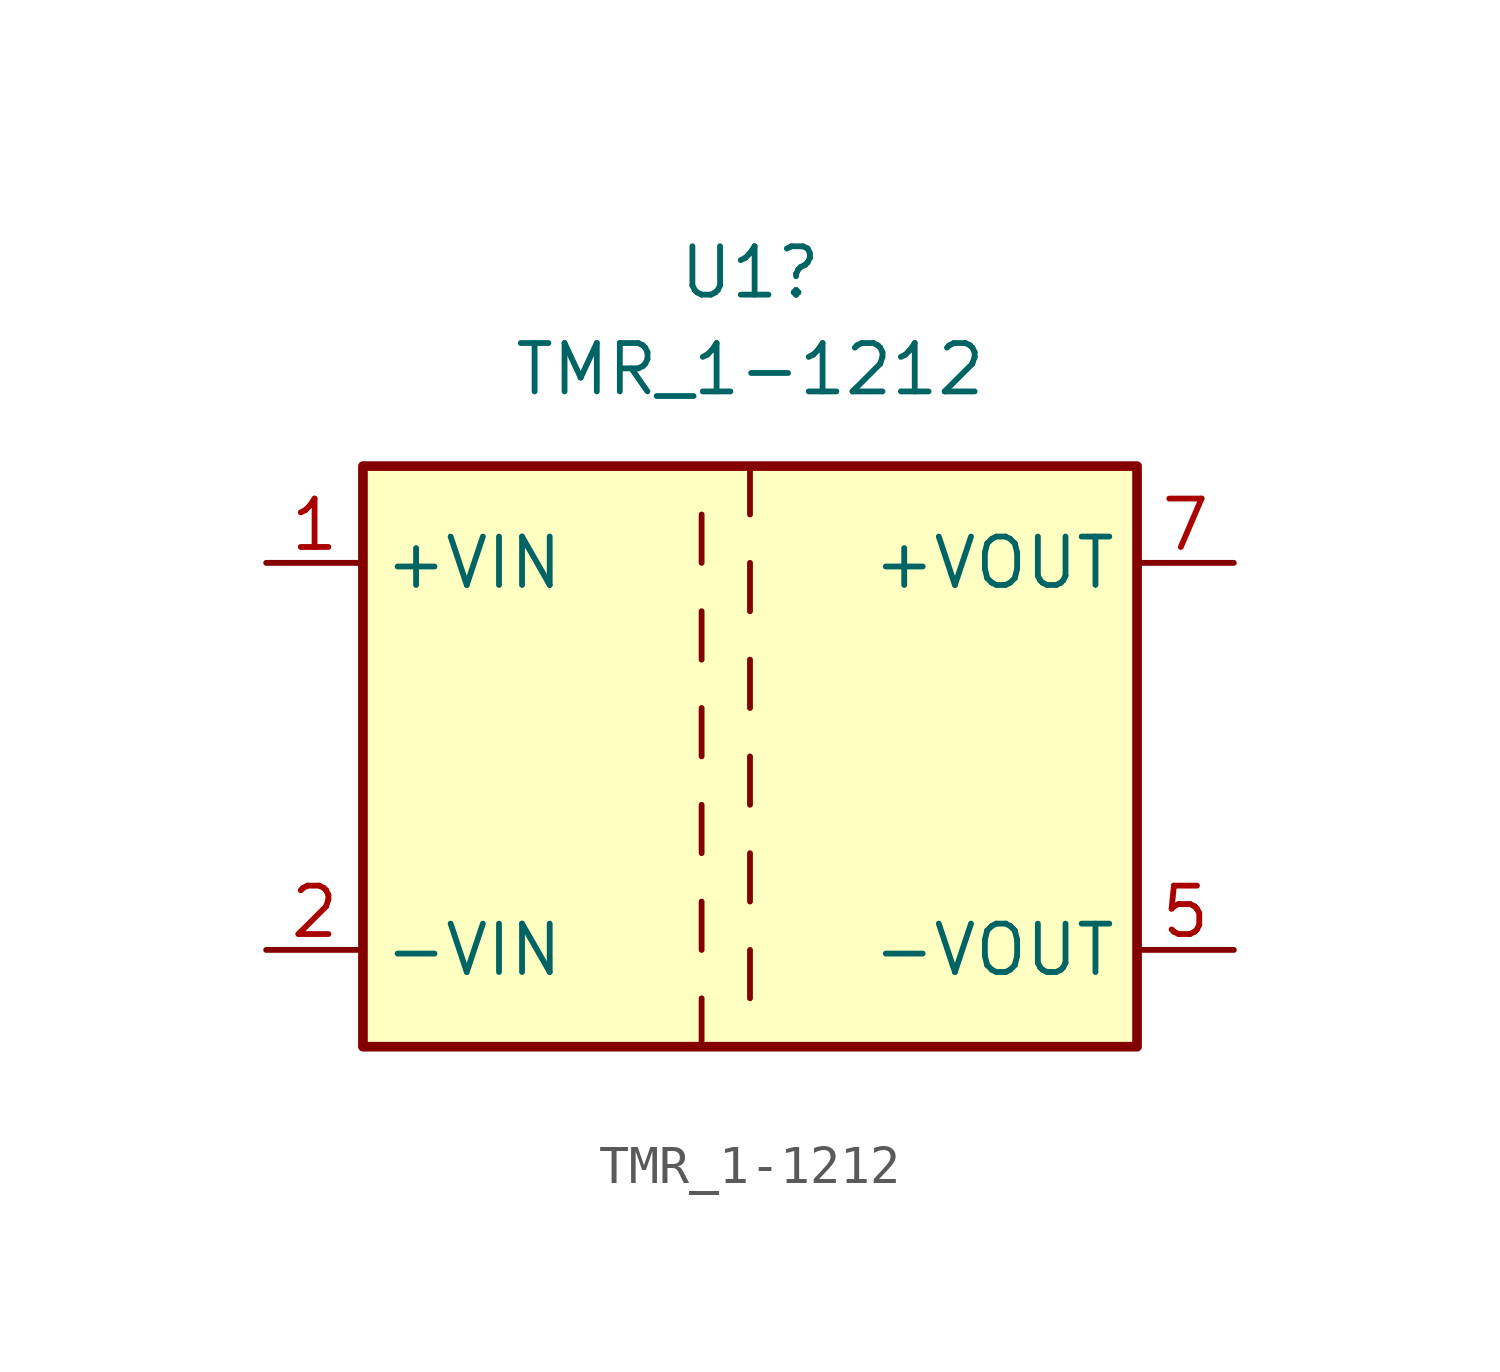
<source format=kicad_sym>
(kicad_symbol_lib
  (version 20211014)
  (generator kicad_symbol_editor)
  (symbol "TMR_1-1212"
    (property "Reference" "U1"
      (at 0 12.7 0)
      (effects (font (size 1.27 1.27))))
    (property "Value" "TMR_1-1212"
      (at 0 10.16 0)
      (effects (font (size 1.27 1.27))))
    (symbol "TMR_1-1212_0_1"
      (rectangle (start -10.16 7.62) (end 10.16 -7.62) (stroke (width 0.254) (type default) (color 0 0 0 0)) (fill (type background)))
      (polyline (pts (xy -1.27 -7.62) (xy -1.27 -6.35)) (stroke (width 0) (type default) (color 0 0 0 0)) (fill (type none)))
      (polyline (pts (xy -1.27 -5.08) (xy -1.27 -3.81)) (stroke (width 0) (type default) (color 0 0 0 0)) (fill (type none)))
      (polyline (pts (xy -1.27 -2.54) (xy -1.27 -1.27)) (stroke (width 0) (type default) (color 0 0 0 0)) (fill (type none)))
      (polyline (pts (xy -1.27 0) (xy -1.27 1.27)) (stroke (width 0) (type default) (color 0 0 0 0)) (fill (type none)))
      (polyline (pts (xy -1.27 2.54) (xy -1.27 3.81)) (stroke (width 0) (type default) (color 0 0 0 0)) (fill (type none)))
      (polyline (pts (xy -1.27 5.08) (xy -1.27 6.35)) (stroke (width 0) (type default) (color 0 0 0 0)) (fill (type none)))
      (polyline (pts (xy 0 -5.08) (xy 0 -6.35)) (stroke (width 0) (type default) (color 0 0 0 0)) (fill (type none)))
      (polyline (pts (xy 0 -2.54) (xy 0 -3.81)) (stroke (width 0) (type default) (color 0 0 0 0)) (fill (type none)))
      (polyline (pts (xy 0 0) (xy 0 -1.27)) (stroke (width 0) (type default) (color 0 0 0 0)) (fill (type none)))
      (polyline (pts (xy 0 2.54) (xy 0 1.27)) (stroke (width 0) (type default) (color 0 0 0 0)) (fill (type none)))
      (polyline (pts (xy 0 5.08) (xy 0 3.81)) (stroke (width 0) (type default) (color 0 0 0 0)) (fill (type none)))
      (polyline (pts (xy 0 7.62) (xy 0 6.35)) (stroke (width 0) (type default) (color 0 0 0 0)) (fill (type none))))
    (symbol "TMR_1-1212_1_1"
      (pin power_in line (at -12.7 5.08 0) (length 2.54) (name "+VIN" (effects (font (size 1.27 1.27)))) (number "1" (effects (font (size 1.27 1.27)))))
      (pin power_in line (at -12.7 -5.08 0) (length 2.54) (name "-VIN" (effects (font (size 1.27 1.27)))) (number "2" (effects (font (size 1.27 1.27)))))
      (pin power_out line (at 12.7 -5.08 180) (length 2.54) (name "-VOUT" (effects (font (size 1.27 1.27)))) (number "5" (effects (font (size 1.27 1.27)))))
      (pin power_out line (at 12.7 5.08 180) (length 2.54) (name "+VOUT" (effects (font (size 1.27 1.27)))) (number "7" (effects (font (size 1.27 1.27))))))))
</source>
